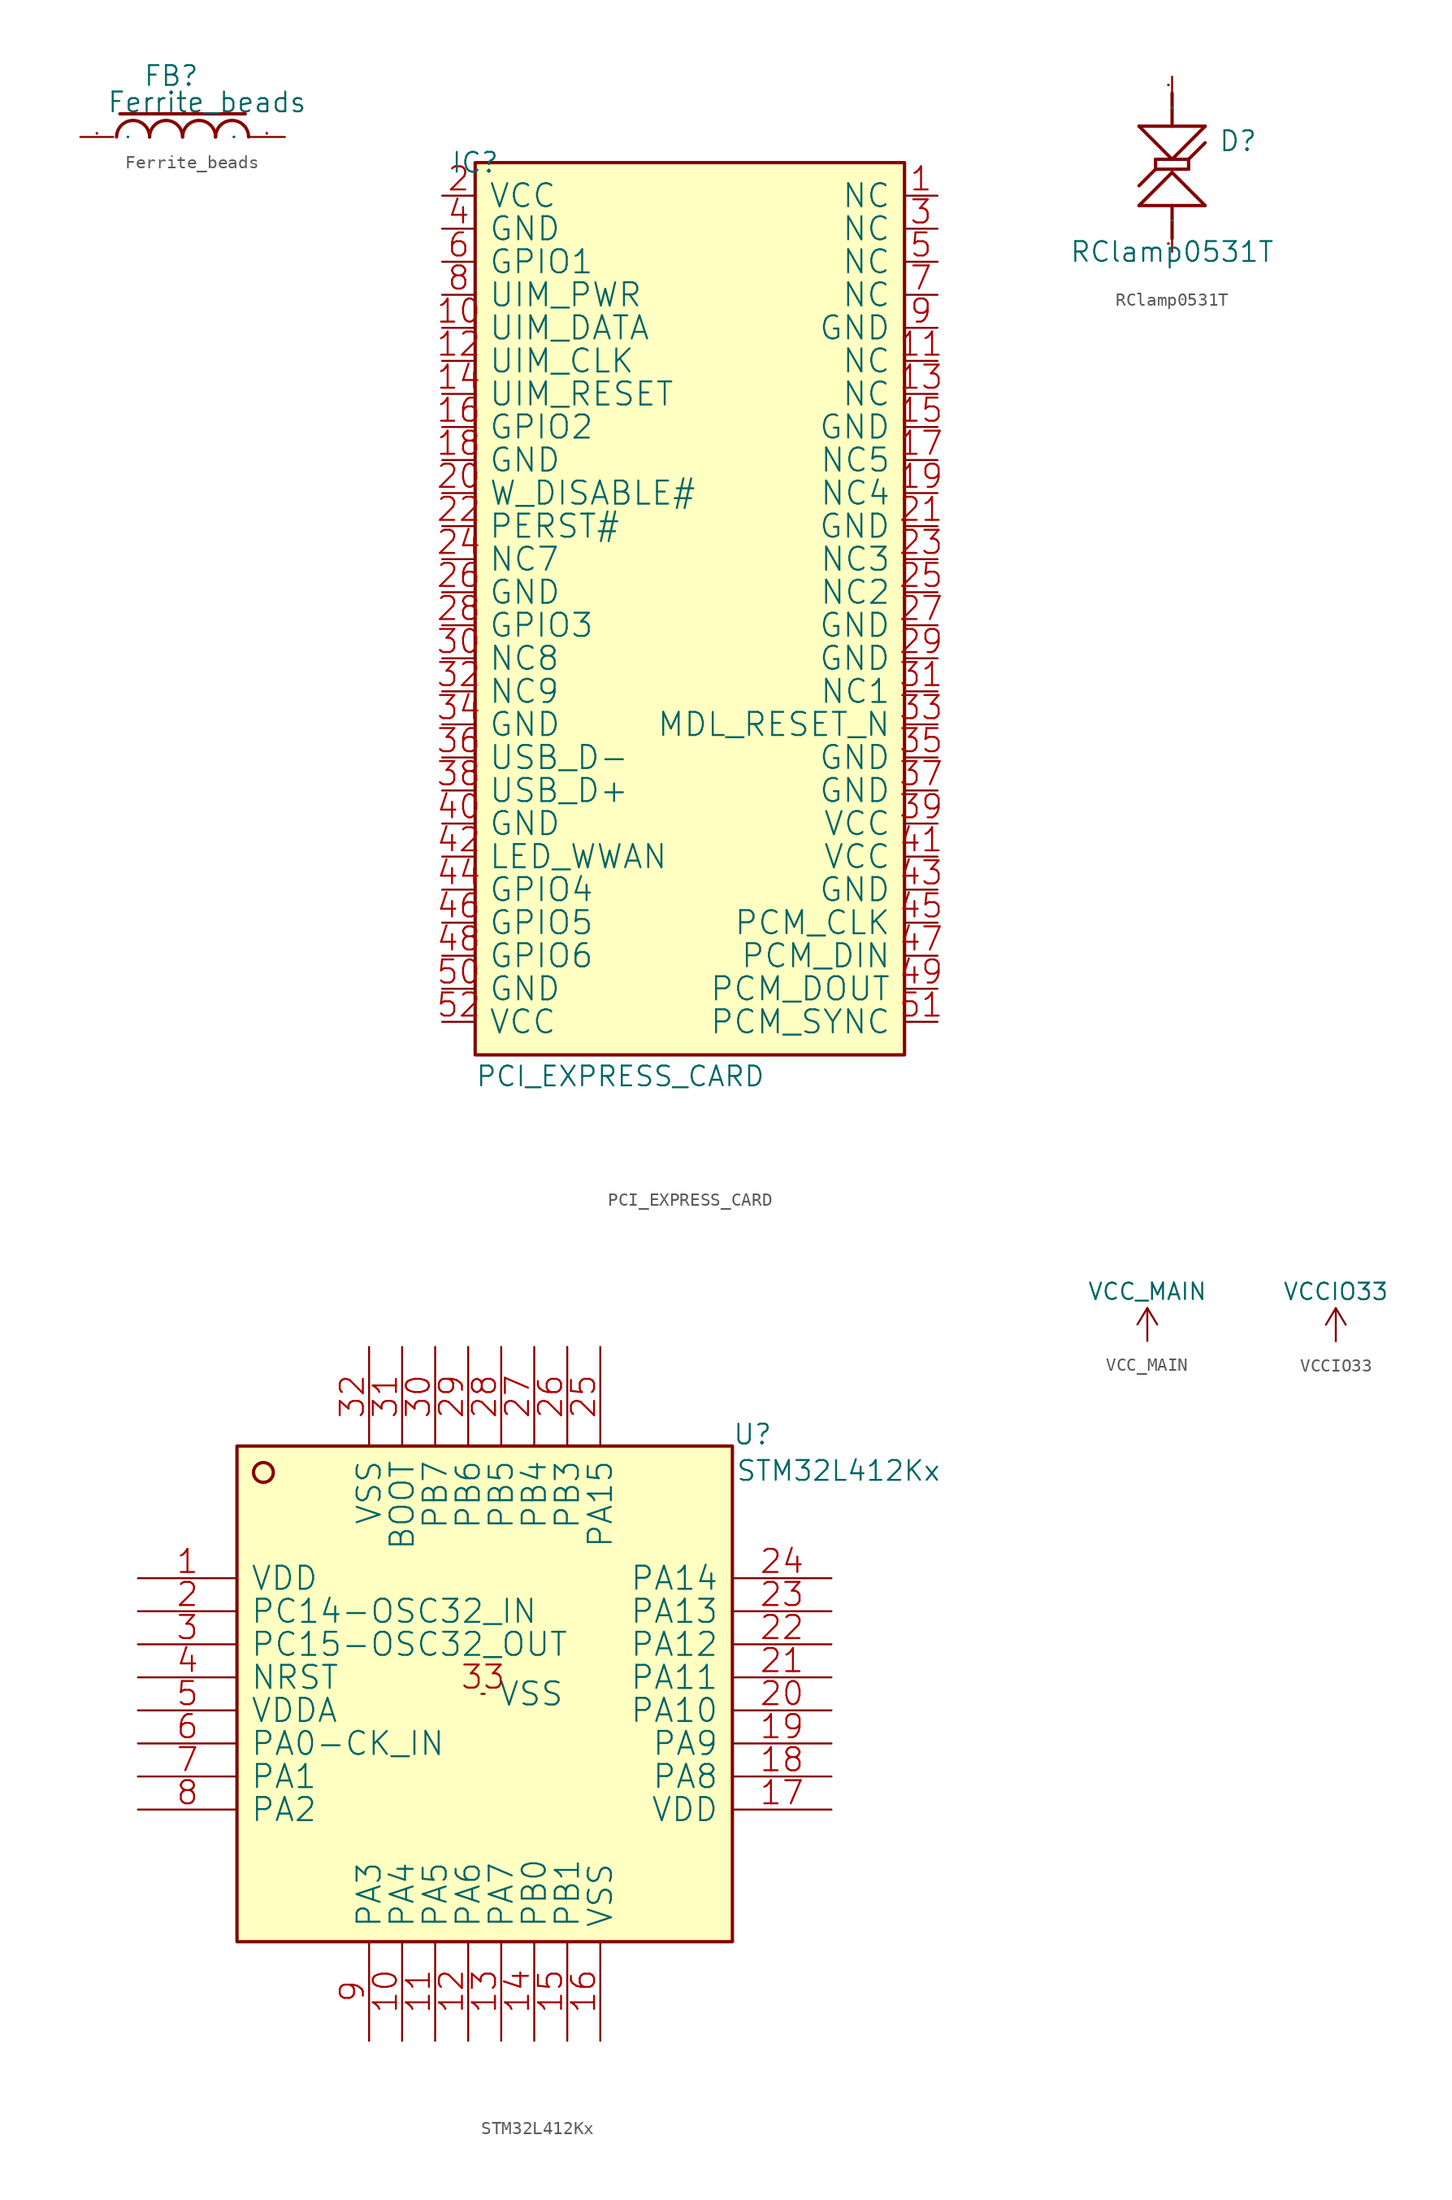
<source format=kicad_sym>
(kicad_symbol_lib
  (version 20211014)
  (generator kicad_symbol_editor)
  (symbol "Ferrite_beads"
    (pin_names
      (offset 1.016))
    (property "Reference" "FB"
      (at 4.826 3.81 0)
      (effects (font (size 1.524 1.524)) (justify left bottom)))
    (property "Value" "Ferrite_beads"
      (at 2.032 1.778 0)
      (effects (font (size 1.524 1.524)) (justify left bottom)))
    (property "Footprint" ""
      (at 0 0 0)
      (effects (font (size 1.524 1.524))))
    (property "Datasheet" ""
      (at 0 0 0)
      (effects (font (size 1.524 1.524))))
    (symbol "Ferrite_beads_0_1"
      (polyline (pts (xy 3.048 1.778) (xy 12.7 1.778)) (stroke (width 0.254) (type default) (color 0 0 0 0)) (fill (type none)))
      (pin passive line (at 0 0 0) (length 2.54) (name "1" (effects (font (size 0.025 0.025)))) (number "1" (effects (font (size 0.025 0.025)))))
      (pin passive line (at 15.748 0 180) (length 2.794) (name "2" (effects (font (size 0.025 0.025)))) (number "2" (effects (font (size 0.025 0.025))))))
    (symbol "Ferrite_beads_1_1"
      (arc (start 4.0386 1.27) (mid 3.1569 0.8892) (end 2.794 0) (stroke (width 0.254) (type default) (color 0 0 0 0)) (fill (type none)))
      (arc (start 5.334 0) (mid 4.953 0.907) (end 4.0386 1.27) (stroke (width 0.254) (type default) (color 0 0 0 0)) (fill (type none)))
      (arc (start 6.5786 1.27) (mid 5.6969 0.8892) (end 5.334 0) (stroke (width 0.254) (type default) (color 0 0 0 0)) (fill (type none)))
      (arc (start 7.874 0) (mid 7.493 0.907) (end 6.5786 1.27) (stroke (width 0.254) (type default) (color 0 0 0 0)) (fill (type none)))
      (arc (start 9.1186 1.27) (mid 8.2369 0.8892) (end 7.874 0) (stroke (width 0.254) (type default) (color 0 0 0 0)) (fill (type none)))
      (arc (start 10.414 0) (mid 10.033 0.907) (end 9.1186 1.27) (stroke (width 0.254) (type default) (color 0 0 0 0)) (fill (type none)))
      (arc (start 11.6586 1.27) (mid 10.7769 0.8892) (end 10.414 0) (stroke (width 0.254) (type default) (color 0 0 0 0)) (fill (type none)))
      (arc (start 12.954 0) (mid 12.573 0.907) (end 11.6586 1.27) (stroke (width 0.254) (type default) (color 0 0 0 0)) (fill (type none)))))
  (symbol "PCI_EXPRESS_CARD"
    (pin_names
      (offset 1.016))
    (property "Reference" "IC"
      (at 0 0 0)
      (effects (font (size 1.524 1.524))))
    (property "Value" "PCI_EXPRESS_CARD"
      (at 0 -71.12 0)
      (effects (font (size 1.524 1.524)) (justify left bottom)))
    (property "Footprint" ""
      (at 0 0 0)
      (effects (font (size 1.524 1.524))))
    (property "Datasheet" ""
      (at 0 0 0)
      (effects (font (size 1.524 1.524))))
    (symbol "PCI_EXPRESS_CARD_0_1"
      (rectangle (start 0 -68.58) (end 33.02 0) (stroke (width 0.254) (type default) (color 0 0 0 0)) (fill (type background)))
      (pin open_collector line (at 35.56 -2.54 180) (length 2.54) (name "NC" (effects (font (size 1.778 1.778)))) (number "1" (effects (font (size 1.778 1.778)))))
      (pin passive line (at -2.54 -12.7 0) (length 2.54) (name "UIM_DATA" (effects (font (size 1.778 1.778)))) (number "10" (effects (font (size 1.778 1.778)))))
      (pin passive line (at 35.56 -15.24 180) (length 2.54) (name "NC" (effects (font (size 1.778 1.778)))) (number "11" (effects (font (size 1.778 1.778)))))
      (pin passive line (at -2.54 -15.24 0) (length 2.54) (name "UIM_CLK" (effects (font (size 1.778 1.778)))) (number "12" (effects (font (size 1.778 1.778)))))
      (pin passive line (at 35.56 -17.78 180) (length 2.54) (name "NC" (effects (font (size 1.778 1.778)))) (number "13" (effects (font (size 1.778 1.778)))))
      (pin passive line (at -2.54 -17.78 0) (length 2.54) (name "UIM_RESET" (effects (font (size 1.778 1.778)))) (number "14" (effects (font (size 1.778 1.778)))))
      (pin power_in line (at 35.56 -20.32 180) (length 2.54) (name "GND" (effects (font (size 1.778 1.778)))) (number "15" (effects (font (size 1.778 1.778)))))
      (pin passive line (at -2.54 -20.32 0) (length 2.54) (name "GPIO2" (effects (font (size 1.778 1.778)))) (number "16" (effects (font (size 1.778 1.778)))))
      (pin passive line (at 35.56 -22.86 180) (length 2.54) (name "NC5" (effects (font (size 1.778 1.778)))) (number "17" (effects (font (size 1.778 1.778)))))
      (pin power_in line (at -2.54 -22.86 0) (length 2.54) (name "GND" (effects (font (size 1.778 1.778)))) (number "18" (effects (font (size 1.778 1.778)))))
      (pin passive line (at 35.56 -25.4 180) (length 2.54) (name "NC4" (effects (font (size 1.778 1.778)))) (number "19" (effects (font (size 1.778 1.778)))))
      (pin power_in line (at -2.54 -2.54 0) (length 2.54) (name "VCC" (effects (font (size 1.778 1.778)))) (number "2" (effects (font (size 1.778 1.778)))))
      (pin passive line (at -2.54 -25.4 0) (length 2.54) (name "W_DISABLE#" (effects (font (size 1.778 1.778)))) (number "20" (effects (font (size 1.778 1.778)))))
      (pin power_in line (at 35.56 -27.94 180) (length 2.54) (name "GND" (effects (font (size 1.778 1.778)))) (number "21" (effects (font (size 1.778 1.778)))))
      (pin passive line (at -2.54 -27.94 0) (length 2.54) (name "PERST#" (effects (font (size 1.778 1.778)))) (number "22" (effects (font (size 1.778 1.778)))))
      (pin passive line (at 35.56 -30.48 180) (length 2.54) (name "NC3" (effects (font (size 1.778 1.778)))) (number "23" (effects (font (size 1.778 1.778)))))
      (pin passive line (at -2.54 -30.48 0) (length 2.54) (name "NC7" (effects (font (size 1.778 1.778)))) (number "24" (effects (font (size 1.778 1.778)))))
      (pin passive line (at 35.56 -33.02 180) (length 2.54) (name "NC2" (effects (font (size 1.778 1.778)))) (number "25" (effects (font (size 1.778 1.778)))))
      (pin power_in line (at -2.54 -33.02 0) (length 2.54) (name "GND" (effects (font (size 1.778 1.778)))) (number "26" (effects (font (size 1.778 1.778)))))
      (pin power_in line (at 35.56 -35.56 180) (length 2.54) (name "GND" (effects (font (size 1.778 1.778)))) (number "27" (effects (font (size 1.778 1.778)))))
      (pin passive line (at -2.54 -35.56 0) (length 2.54) (name "GPIO3" (effects (font (size 1.778 1.778)))) (number "28" (effects (font (size 1.778 1.778)))))
      (pin power_in line (at 35.56 -38.1 180) (length 2.54) (name "GND" (effects (font (size 1.778 1.778)))) (number "29" (effects (font (size 1.778 1.778)))))
      (pin passive line (at 35.56 -5.08 180) (length 2.54) (name "NC" (effects (font (size 1.778 1.778)))) (number "3" (effects (font (size 1.778 1.778)))))
      (pin passive line (at -2.54 -38.1 0) (length 2.54) (name "NC8" (effects (font (size 1.778 1.778)))) (number "30" (effects (font (size 1.778 1.778)))))
      (pin passive line (at 35.56 -40.64 180) (length 2.54) (name "NC1" (effects (font (size 1.778 1.778)))) (number "31" (effects (font (size 1.778 1.778)))))
      (pin passive line (at -2.54 -40.64 0) (length 2.54) (name "NC9" (effects (font (size 1.778 1.778)))) (number "32" (effects (font (size 1.778 1.778)))))
      (pin passive line (at 35.56 -43.18 180) (length 2.54) (name "MDL_RESET_N" (effects (font (size 1.778 1.778)))) (number "33" (effects (font (size 1.778 1.778)))))
      (pin power_in line (at -2.54 -43.18 0) (length 2.54) (name "GND" (effects (font (size 1.778 1.778)))) (number "34" (effects (font (size 1.778 1.778)))))
      (pin power_in line (at 35.56 -45.72 180) (length 2.54) (name "GND" (effects (font (size 1.778 1.778)))) (number "35" (effects (font (size 1.778 1.778)))))
      (pin passive line (at -2.54 -45.72 0) (length 2.54) (name "USB_D-" (effects (font (size 1.778 1.778)))) (number "36" (effects (font (size 1.778 1.778)))))
      (pin power_in line (at 35.56 -48.26 180) (length 2.54) (name "GND" (effects (font (size 1.778 1.778)))) (number "37" (effects (font (size 1.778 1.778)))))
      (pin passive line (at -2.54 -48.26 0) (length 2.54) (name "USB_D+" (effects (font (size 1.778 1.778)))) (number "38" (effects (font (size 1.778 1.778)))))
      (pin power_in line (at 35.56 -50.8 180) (length 2.54) (name "VCC" (effects (font (size 1.778 1.778)))) (number "39" (effects (font (size 1.778 1.778)))))
      (pin power_in line (at -2.54 -5.08 0) (length 2.54) (name "GND" (effects (font (size 1.778 1.778)))) (number "4" (effects (font (size 1.778 1.778)))))
      (pin power_in line (at -2.54 -50.8 0) (length 2.54) (name "GND" (effects (font (size 1.778 1.778)))) (number "40" (effects (font (size 1.778 1.778)))))
      (pin power_in line (at 35.56 -53.34 180) (length 2.54) (name "VCC" (effects (font (size 1.778 1.778)))) (number "41" (effects (font (size 1.778 1.778)))))
      (pin passive line (at -2.54 -53.34 0) (length 2.54) (name "LED_WWAN" (effects (font (size 1.778 1.778)))) (number "42" (effects (font (size 1.778 1.778)))))
      (pin power_in line (at 35.56 -55.88 180) (length 2.54) (name "GND" (effects (font (size 1.778 1.778)))) (number "43" (effects (font (size 1.778 1.778)))))
      (pin passive line (at -2.54 -55.88 0) (length 2.54) (name "GPIO4" (effects (font (size 1.778 1.778)))) (number "44" (effects (font (size 1.778 1.778)))))
      (pin passive line (at 35.56 -58.42 180) (length 2.54) (name "PCM_CLK" (effects (font (size 1.778 1.778)))) (number "45" (effects (font (size 1.778 1.778)))))
      (pin passive line (at -2.54 -58.42 0) (length 2.54) (name "GPIO5" (effects (font (size 1.778 1.778)))) (number "46" (effects (font (size 1.778 1.778)))))
      (pin passive line (at 35.56 -60.96 180) (length 2.54) (name "PCM_DIN" (effects (font (size 1.778 1.778)))) (number "47" (effects (font (size 1.778 1.778)))))
      (pin passive line (at -2.54 -60.96 0) (length 2.54) (name "GPIO6" (effects (font (size 1.778 1.778)))) (number "48" (effects (font (size 1.778 1.778)))))
      (pin passive line (at 35.56 -63.5 180) (length 2.54) (name "PCM_DOUT" (effects (font (size 1.778 1.778)))) (number "49" (effects (font (size 1.778 1.778)))))
      (pin passive line (at 35.56 -7.62 180) (length 2.54) (name "NC" (effects (font (size 1.778 1.778)))) (number "5" (effects (font (size 1.778 1.778)))))
      (pin power_in line (at -2.54 -63.5 0) (length 2.54) (name "GND" (effects (font (size 1.778 1.778)))) (number "50" (effects (font (size 1.778 1.778)))))
      (pin passive line (at 35.56 -66.04 180) (length 2.54) (name "PCM_SYNC" (effects (font (size 1.778 1.778)))) (number "51" (effects (font (size 1.778 1.778)))))
      (pin power_in line (at -2.54 -66.04 0) (length 2.54) (name "VCC" (effects (font (size 1.778 1.778)))) (number "52" (effects (font (size 1.778 1.778)))))
      (pin passive line (at -2.54 -7.62 0) (length 2.54) (name "GPIO1" (effects (font (size 1.778 1.778)))) (number "6" (effects (font (size 1.778 1.778)))))
      (pin open_collector line (at 35.56 -10.16 180) (length 2.54) (name "NC" (effects (font (size 1.778 1.778)))) (number "7" (effects (font (size 1.778 1.778)))))
      (pin passive line (at -2.54 -10.16 0) (length 2.54) (name "UIM_PWR" (effects (font (size 1.778 1.778)))) (number "8" (effects (font (size 1.778 1.778)))))
      (pin power_in line (at 35.56 -12.7 180) (length 2.54) (name "GND" (effects (font (size 1.778 1.778)))) (number "9" (effects (font (size 1.778 1.778)))))))
  (symbol "RClamp0531T"
    (pin_names
      (offset 1.016))
    (property "Reference" "D"
      (at 3.556 7.62 0)
      (effects (font (size 1.524 1.524)) (justify left bottom)))
    (property "Value" "RClamp0531T"
      (at 0 0 0)
      (effects (font (size 1.524 1.524))))
    (property "Footprint" ""
      (at 0 0 0)
      (effects (font (size 1.524 1.524))))
    (property "Datasheet" ""
      (at 0 0 0)
      (effects (font (size 1.524 1.524))))
    (symbol "RClamp0531T_0_1"
      (polyline (pts (xy -2.54 3.556) (xy 2.54 3.556)) (stroke (width 0.254) (type default) (color 0 0 0 0)) (fill (type none)))
      (polyline (pts (xy -2.54 9.652) (xy 0 7.112)) (stroke (width 0.254) (type default) (color 0 0 0 0)) (fill (type none)))
      (polyline (pts (xy -1.27 6.35) (xy -2.54 5.08)) (stroke (width 0.254) (type default) (color 0 0 0 0)) (fill (type none)))
      (polyline (pts (xy -1.27 6.35) (xy 1.27 6.35)) (stroke (width 0.254) (type default) (color 0 0 0 0)) (fill (type none)))
      (polyline (pts (xy -1.27 7.112) (xy -1.27 6.35)) (stroke (width 0.254) (type default) (color 0 0 0 0)) (fill (type none)))
      (polyline (pts (xy 0 1.016) (xy 0 3.556)) (stroke (width 0.254) (type default) (color 0 0 0 0)) (fill (type none)))
      (polyline (pts (xy 0 6.096) (xy -2.54 3.556)) (stroke (width 0.254) (type default) (color 0 0 0 0)) (fill (type none)))
      (polyline (pts (xy 0 7.112) (xy 2.54 9.652)) (stroke (width 0.254) (type default) (color 0 0 0 0)) (fill (type none)))
      (polyline (pts (xy 0 12.192) (xy 0 9.652)) (stroke (width 0.254) (type default) (color 0 0 0 0)) (fill (type none)))
      (polyline (pts (xy 1.27 6.35) (xy 1.27 7.112)) (stroke (width 0.254) (type default) (color 0 0 0 0)) (fill (type none)))
      (polyline (pts (xy 1.27 7.112) (xy -1.27 7.112)) (stroke (width 0.254) (type default) (color 0 0 0 0)) (fill (type none)))
      (polyline (pts (xy 2.54 3.556) (xy 0 6.096)) (stroke (width 0.254) (type default) (color 0 0 0 0)) (fill (type none)))
      (polyline (pts (xy 2.54 8.382) (xy 1.27 7.112)) (stroke (width 0.254) (type default) (color 0 0 0 0)) (fill (type none)))
      (polyline (pts (xy 2.54 9.652) (xy -2.54 9.652)) (stroke (width 0.254) (type default) (color 0 0 0 0)) (fill (type none)))
      (pin passive line (at 0 13.462 270) (length 1.27) (name "A" (effects (font (size 0.025 0.025)))) (number "1" (effects (font (size 0.025 0.025)))))
      (pin passive line (at 0 0 90) (length 1.27) (name "K" (effects (font (size 0.025 0.025)))) (number "2" (effects (font (size 0.025 0.025)))))))
  (symbol "STM32L412Kx"
    (pin_names
      (offset 1.016))
    (property "Reference" "U"
      (at 38.1 0 0)
      (effects (font (size 1.524 1.524)) (justify left bottom)))
    (property "Value" "STM32L412Kx"
      (at 38.354 -2.794 0)
      (effects (font (size 1.524 1.524)) (justify left bottom)))
    (property "Footprint" ""
      (at 0 0 0)
      (effects (font (size 1.524 1.524))))
    (property "Datasheet" ""
      (at 0 0 0)
      (effects (font (size 1.524 1.524))))
    (symbol "STM32L412Kx_0_1"
      (rectangle (start 0 -38.1) (end 38.1 0) (stroke (width 0.254) (type default) (color 0 0 0 0)) (fill (type background)))
      (circle (center 2.032 -2.032) (radius 0.762) (stroke (width 0.254) (type default) (color 0 0 0 0)) (fill (type none)))
      (pin passive line (at -7.62 -10.16 0) (length 7.62) (name "VDD" (effects (font (size 1.778 1.778)))) (number "1" (effects (font (size 1.778 1.778)))))
      (pin bidirectional line (at 12.7 -45.72 90) (length 7.62) (name "PA4" (effects (font (size 1.778 1.778)))) (number "10" (effects (font (size 1.778 1.778)))))
      (pin input line (at 15.24 -45.72 90) (length 7.62) (name "PA5" (effects (font (size 1.778 1.778)))) (number "11" (effects (font (size 1.778 1.778)))))
      (pin bidirectional line (at 17.78 -45.72 90) (length 7.62) (name "PA6" (effects (font (size 1.778 1.778)))) (number "12" (effects (font (size 1.778 1.778)))))
      (pin bidirectional line (at 20.32 -45.72 90) (length 7.62) (name "PA7" (effects (font (size 1.778 1.778)))) (number "13" (effects (font (size 1.778 1.778)))))
      (pin bidirectional line (at 22.86 -45.72 90) (length 7.62) (name "PB0" (effects (font (size 1.778 1.778)))) (number "14" (effects (font (size 1.778 1.778)))))
      (pin bidirectional line (at 25.4 -45.72 90) (length 7.62) (name "PB1" (effects (font (size 1.778 1.778)))) (number "15" (effects (font (size 1.778 1.778)))))
      (pin power_in line (at 27.94 -45.72 90) (length 7.62) (name "VSS" (effects (font (size 1.778 1.778)))) (number "16" (effects (font (size 1.778 1.778)))))
      (pin power_in line (at 45.72 -27.94 180) (length 7.62) (name "VDD" (effects (font (size 1.778 1.778)))) (number "17" (effects (font (size 1.778 1.778)))))
      (pin bidirectional line (at 45.72 -25.4 180) (length 7.62) (name "PA8" (effects (font (size 1.778 1.778)))) (number "18" (effects (font (size 1.778 1.778)))))
      (pin bidirectional line (at 45.72 -22.86 180) (length 7.62) (name "PA9" (effects (font (size 1.778 1.778)))) (number "19" (effects (font (size 1.778 1.778)))))
      (pin bidirectional line (at -7.62 -12.7 0) (length 7.62) (name "PC14-OSC32_IN" (effects (font (size 1.778 1.778)))) (number "2" (effects (font (size 1.778 1.778)))))
      (pin bidirectional line (at 45.72 -20.32 180) (length 7.62) (name "PA10" (effects (font (size 1.778 1.778)))) (number "20" (effects (font (size 1.778 1.778)))))
      (pin bidirectional line (at 45.72 -17.78 180) (length 7.62) (name "PA11" (effects (font (size 1.778 1.778)))) (number "21" (effects (font (size 1.778 1.778)))))
      (pin bidirectional line (at 45.72 -15.24 180) (length 7.62) (name "PA12" (effects (font (size 1.778 1.778)))) (number "22" (effects (font (size 1.778 1.778)))))
      (pin bidirectional line (at 45.72 -12.7 180) (length 7.62) (name "PA13" (effects (font (size 1.778 1.778)))) (number "23" (effects (font (size 1.778 1.778)))))
      (pin bidirectional line (at 45.72 -10.16 180) (length 7.62) (name "PA14" (effects (font (size 1.778 1.778)))) (number "24" (effects (font (size 1.778 1.778)))))
      (pin bidirectional line (at 27.94 7.62 270) (length 7.62) (name "PA15" (effects (font (size 1.778 1.778)))) (number "25" (effects (font (size 1.778 1.778)))))
      (pin bidirectional line (at 25.4 7.62 270) (length 7.62) (name "PB3" (effects (font (size 1.778 1.778)))) (number "26" (effects (font (size 1.778 1.778)))))
      (pin bidirectional line (at 22.86 7.62 270) (length 7.62) (name "PB4" (effects (font (size 1.778 1.778)))) (number "27" (effects (font (size 1.778 1.778)))))
      (pin bidirectional line (at 20.32 7.62 270) (length 7.62) (name "PB5" (effects (font (size 1.778 1.778)))) (number "28" (effects (font (size 1.778 1.778)))))
      (pin bidirectional line (at 17.78 7.62 270) (length 7.62) (name "PB6" (effects (font (size 1.778 1.778)))) (number "29" (effects (font (size 1.778 1.778)))))
      (pin bidirectional line (at -7.62 -15.24 0) (length 7.62) (name "PC15-OSC32_OUT" (effects (font (size 1.778 1.778)))) (number "3" (effects (font (size 1.778 1.778)))))
      (pin bidirectional line (at 15.24 7.62 270) (length 7.62) (name "PB7" (effects (font (size 1.778 1.778)))) (number "30" (effects (font (size 1.778 1.778)))))
      (pin bidirectional line (at 12.7 7.62 270) (length 7.62) (name "BOOT" (effects (font (size 1.778 1.778)))) (number "31" (effects (font (size 1.778 1.778)))))
      (pin power_in line (at 10.16 7.62 270) (length 7.62) (name "VSS" (effects (font (size 1.778 1.778)))) (number "32" (effects (font (size 1.778 1.778)))))
      (pin power_in line (at 18.796 -19.05 0) (length 0.254) (name "VSS" (effects (font (size 1.778 1.778)))) (number "33" (effects (font (size 1.778 1.778)))))
      (pin bidirectional line (at -7.62 -17.78 0) (length 7.62) (name "NRST" (effects (font (size 1.778 1.778)))) (number "4" (effects (font (size 1.778 1.778)))))
      (pin power_in line (at -7.62 -20.32 0) (length 7.62) (name "VDDA" (effects (font (size 1.778 1.778)))) (number "5" (effects (font (size 1.778 1.778)))))
      (pin bidirectional line (at -7.62 -22.86 0) (length 7.62) (name "PA0-CK_IN" (effects (font (size 1.778 1.778)))) (number "6" (effects (font (size 1.778 1.778)))))
      (pin bidirectional line (at -7.62 -25.4 0) (length 7.62) (name "PA1" (effects (font (size 1.778 1.778)))) (number "7" (effects (font (size 1.778 1.778)))))
      (pin bidirectional line (at -7.62 -27.94 0) (length 7.62) (name "PA2" (effects (font (size 1.778 1.778)))) (number "8" (effects (font (size 1.778 1.778)))))
      (pin bidirectional line (at 10.16 -45.72 90) (length 7.62) (name "PA3" (effects (font (size 1.778 1.778)))) (number "9" (effects (font (size 1.778 1.778)))))))
  (symbol "VCC_MAIN"
    (power)
    (pin_names
      (offset 0))
    (property "Reference" "#PWR"
      (at 0 -3.81 0)
      (effects (font (size 1.27 1.27)) hide))
    (property "Value" "VCC_MAIN"
      (at 0 3.81 0)
      (effects (font (size 1.27 1.27))))
    (property "Footprint" ""
      (at 0 0 0)
      (effects (font (size 1.524 1.524))))
    (property "Datasheet" ""
      (at 0 0 0)
      (effects (font (size 1.524 1.524))))
    (symbol "VCC_MAIN_0_1"
      (polyline (pts (xy -0.762 1.27) (xy 0 2.54)) (stroke (width 0) (type default) (color 0 0 0 0)) (fill (type none)))
      (polyline (pts (xy 0 0) (xy 0 2.54)) (stroke (width 0) (type default) (color 0 0 0 0)) (fill (type none)))
      (polyline (pts (xy 0 2.54) (xy 0.762 1.27)) (stroke (width 0) (type default) (color 0 0 0 0)) (fill (type none))))
    (symbol "VCC_MAIN_1_1"
      (pin power_in line (at 0 0 90) (length 0) hide (name "VCC_MAIN" (effects (font (size 1.27 1.27)))) (number "1" (effects (font (size 1.27 1.27)))))))
  (symbol "VCCIO33"
    (power)
    (pin_names
      (offset 0))
    (property "Reference" "#PWR"
      (at 0 -3.81 0)
      (effects (font (size 1.27 1.27)) hide))
    (property "Value" "VCCIO33"
      (at 0 3.81 0)
      (effects (font (size 1.27 1.27))))
    (property "Footprint" ""
      (at 0 0 0)
      (effects (font (size 1.524 1.524))))
    (property "Datasheet" ""
      (at 0 0 0)
      (effects (font (size 1.524 1.524))))
    (symbol "VCCIO33_0_1"
      (polyline (pts (xy -0.762 1.27) (xy 0 2.54)) (stroke (width 0) (type default) (color 0 0 0 0)) (fill (type none)))
      (polyline (pts (xy 0 0) (xy 0 2.54)) (stroke (width 0) (type default) (color 0 0 0 0)) (fill (type none)))
      (polyline (pts (xy 0 2.54) (xy 0.762 1.27)) (stroke (width 0) (type default) (color 0 0 0 0)) (fill (type none))))
    (symbol "VCCIO33_1_1"
      (pin power_in line (at 0 0 90) (length 0) hide (name "VCCIO33" (effects (font (size 1.27 1.27)))) (number "1" (effects (font (size 1.27 1.27))))))))
</source>
